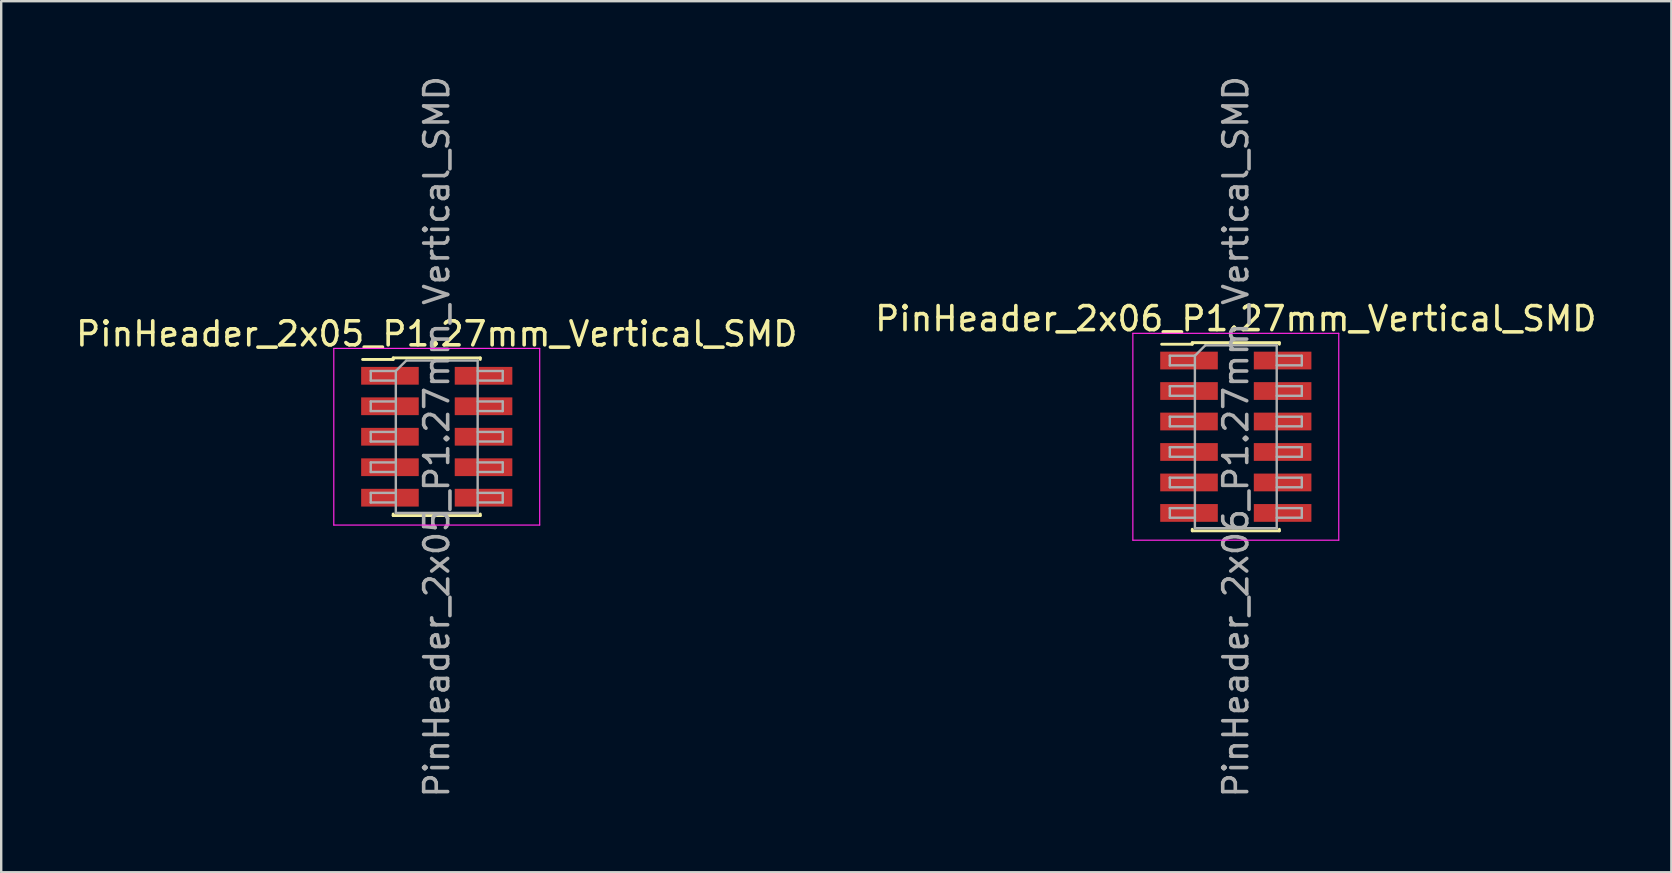
<source format=kicad_pcb>
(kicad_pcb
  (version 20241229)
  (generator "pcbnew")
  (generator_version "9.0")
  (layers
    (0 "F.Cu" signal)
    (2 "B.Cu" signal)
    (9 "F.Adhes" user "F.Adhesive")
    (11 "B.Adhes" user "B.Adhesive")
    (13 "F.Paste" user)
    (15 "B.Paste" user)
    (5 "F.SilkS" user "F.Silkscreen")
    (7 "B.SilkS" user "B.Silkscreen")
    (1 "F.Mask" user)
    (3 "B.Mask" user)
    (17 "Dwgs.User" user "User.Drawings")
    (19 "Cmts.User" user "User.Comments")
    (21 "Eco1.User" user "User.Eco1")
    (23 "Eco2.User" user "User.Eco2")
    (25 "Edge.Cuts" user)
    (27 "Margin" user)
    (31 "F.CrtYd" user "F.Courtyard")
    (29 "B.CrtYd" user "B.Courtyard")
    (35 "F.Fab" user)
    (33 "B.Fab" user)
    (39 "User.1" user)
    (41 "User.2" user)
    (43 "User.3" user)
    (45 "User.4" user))
  (footprint "PinHeader_2x05_P1.27mm_Vertical_SMD"
    (layer "F.Cu")
    (at 15.149 15.149)
    (property "Reference" "PinHeader_2x05_P1.27mm_Vertical_SMD" (at 0 -4.285 0) (layer "F.SilkS") (effects (font (size 1 1) (thickness 0.15))))
    (attr smd)
    (fp_line (start -3.09 -3.22) (end -1.815 -3.22) (stroke (width 0.12) (type solid)) (layer "F.SilkS"))
    (fp_line (start -1.815 -3.285) (end -1.815 -3.22) (stroke (width 0.12) (type solid)) (layer "F.SilkS"))
    (fp_line (start -1.815 -3.285) (end 1.815 -3.285) (stroke (width 0.12) (type solid)) (layer "F.SilkS"))
    (fp_line (start -1.815 3.22) (end -1.815 3.285) (stroke (width 0.12) (type solid)) (layer "F.SilkS"))
    (fp_line (start -1.815 3.285) (end 1.815 3.285) (stroke (width 0.12) (type solid)) (layer "F.SilkS"))
    (fp_line (start 1.815 -3.285) (end 1.815 -3.22) (stroke (width 0.12) (type solid)) (layer "F.SilkS"))
    (fp_line (start 1.815 3.22) (end 1.815 3.285) (stroke (width 0.12) (type solid)) (layer "F.SilkS"))
    (fp_line (start -4.29 -3.68) (end -4.29 3.68) (stroke (width 0.05) (type solid)) (layer "F.CrtYd"))
    (fp_line (start -4.29 3.68) (end 4.29 3.68) (stroke (width 0.05) (type solid)) (layer "F.CrtYd"))
    (fp_line (start 4.29 -3.68) (end -4.29 -3.68) (stroke (width 0.05) (type solid)) (layer "F.CrtYd"))
    (fp_line (start 4.29 3.68) (end 4.29 -3.68) (stroke (width 0.05) (type solid)) (layer "F.CrtYd"))
    (fp_line (start -2.75 -2.74) (end -2.75 -2.34) (stroke (width 0.1) (type solid)) (layer "F.Fab"))
    (fp_line (start -2.75 -2.34) (end -1.705 -2.34) (stroke (width 0.1) (type solid)) (layer "F.Fab"))
    (fp_line (start -2.75 -1.47) (end -2.75 -1.07) (stroke (width 0.1) (type solid)) (layer "F.Fab"))
    (fp_line (start -2.75 -1.07) (end -1.705 -1.07) (stroke (width 0.1) (type solid)) (layer "F.Fab"))
    (fp_line (start -2.75 -0.2) (end -2.75 0.2) (stroke (width 0.1) (type solid)) (layer "F.Fab"))
    (fp_line (start -2.75 0.2) (end -1.705 0.2) (stroke (width 0.1) (type solid)) (layer "F.Fab"))
    (fp_line (start -2.75 1.07) (end -2.75 1.47) (stroke (width 0.1) (type solid)) (layer "F.Fab"))
    (fp_line (start -2.75 1.47) (end -1.705 1.47) (stroke (width 0.1) (type solid)) (layer "F.Fab"))
    (fp_line (start -2.75 2.34) (end -2.75 2.74) (stroke (width 0.1) (type solid)) (layer "F.Fab"))
    (fp_line (start -2.75 2.74) (end -1.705 2.74) (stroke (width 0.1) (type solid)) (layer "F.Fab"))
    (fp_line (start -1.705 -2.74) (end -2.75 -2.74) (stroke (width 0.1) (type solid)) (layer "F.Fab"))
    (fp_line (start -1.705 -2.74) (end -1.27 -3.175) (stroke (width 0.1) (type solid)) (layer "F.Fab"))
    (fp_line (start -1.705 -1.47) (end -2.75 -1.47) (stroke (width 0.1) (type solid)) (layer "F.Fab"))
    (fp_line (start -1.705 -0.2) (end -2.75 -0.2) (stroke (width 0.1) (type solid)) (layer "F.Fab"))
    (fp_line (start -1.705 1.07) (end -2.75 1.07) (stroke (width 0.1) (type solid)) (layer "F.Fab"))
    (fp_line (start -1.705 2.34) (end -2.75 2.34) (stroke (width 0.1) (type solid)) (layer "F.Fab"))
    (fp_line (start -1.705 3.175) (end -1.705 -2.74) (stroke (width 0.1) (type solid)) (layer "F.Fab"))
    (fp_line (start -1.27 -3.175) (end 1.705 -3.175) (stroke (width 0.1) (type solid)) (layer "F.Fab"))
    (fp_line (start 1.705 -3.175) (end 1.705 3.175) (stroke (width 0.1) (type solid)) (layer "F.Fab"))
    (fp_line (start 1.705 -2.74) (end 2.75 -2.74) (stroke (width 0.1) (type solid)) (layer "F.Fab"))
    (fp_line (start 1.705 -1.47) (end 2.75 -1.47) (stroke (width 0.1) (type solid)) (layer "F.Fab"))
    (fp_line (start 1.705 -0.2) (end 2.75 -0.2) (stroke (width 0.1) (type solid)) (layer "F.Fab"))
    (fp_line (start 1.705 1.07) (end 2.75 1.07) (stroke (width 0.1) (type solid)) (layer "F.Fab"))
    (fp_line (start 1.705 2.34) (end 2.75 2.34) (stroke (width 0.1) (type solid)) (layer "F.Fab"))
    (fp_line (start 1.705 3.175) (end -1.705 3.175) (stroke (width 0.1) (type solid)) (layer "F.Fab"))
    (fp_line (start 2.75 -2.74) (end 2.75 -2.34) (stroke (width 0.1) (type solid)) (layer "F.Fab"))
    (fp_line (start 2.75 -2.34) (end 1.705 -2.34) (stroke (width 0.1) (type solid)) (layer "F.Fab"))
    (fp_line (start 2.75 -1.47) (end 2.75 -1.07) (stroke (width 0.1) (type solid)) (layer "F.Fab"))
    (fp_line (start 2.75 -1.07) (end 1.705 -1.07) (stroke (width 0.1) (type solid)) (layer "F.Fab"))
    (fp_line (start 2.75 -0.2) (end 2.75 0.2) (stroke (width 0.1) (type solid)) (layer "F.Fab"))
    (fp_line (start 2.75 0.2) (end 1.705 0.2) (stroke (width 0.1) (type solid)) (layer "F.Fab"))
    (fp_line (start 2.75 1.07) (end 2.75 1.47) (stroke (width 0.1) (type solid)) (layer "F.Fab"))
    (fp_line (start 2.75 1.47) (end 1.705 1.47) (stroke (width 0.1) (type solid)) (layer "F.Fab"))
    (fp_line (start 2.75 2.34) (end 2.75 2.74) (stroke (width 0.1) (type solid)) (layer "F.Fab"))
    (fp_line (start 2.75 2.74) (end 1.705 2.74) (stroke (width 0.1) (type solid)) (layer "F.Fab"))
    (fp_text user "${REFERENCE}" (at 0 0 90) (layer "F.Fab") (effects (font (size 1 1) (thickness 0.15))))
    (pad "1" smd rect (at -1.95 -2.54) (size 2.4 0.74) (layers "F.Cu" "F.Mask" "F.Paste"))
    (pad "2" smd rect (at 1.95 -2.54) (size 2.4 0.74) (layers "F.Cu" "F.Mask" "F.Paste"))
    (pad "3" smd rect (at -1.95 -1.27) (size 2.4 0.74) (layers "F.Cu" "F.Mask" "F.Paste"))
    (pad "4" smd rect (at 1.95 -1.27) (size 2.4 0.74) (layers "F.Cu" "F.Mask" "F.Paste"))
    (pad "5" smd rect (at -1.95 0) (size 2.4 0.74) (layers "F.Cu" "F.Mask" "F.Paste"))
    (pad "6" smd rect (at 1.95 0) (size 2.4 0.74) (layers "F.Cu" "F.Mask" "F.Paste"))
    (pad "7" smd rect (at -1.95 1.27) (size 2.4 0.74) (layers "F.Cu" "F.Mask" "F.Paste"))
    (pad "8" smd rect (at 1.95 1.27) (size 2.4 0.74) (layers "F.Cu" "F.Mask" "F.Paste"))
    (pad "9" smd rect (at -1.95 2.54) (size 2.4 0.74) (layers "F.Cu" "F.Mask" "F.Paste"))
    (pad "10" smd rect (at 1.95 2.54) (size 2.4 0.74) (layers "F.Cu" "F.Mask" "F.Paste")))
  (footprint "PinHeader_2x06_P1.27mm_Vertical_SMD"
    (layer "F.Cu")
    (at 48.446 15.149)
    (property "Reference" "PinHeader_2x06_P1.27mm_Vertical_SMD" (at 0 -4.92 0) (layer "F.SilkS") (effects (font (size 1 1) (thickness 0.15))))
    (attr smd)
    (fp_line (start -3.09 -3.855) (end -1.815 -3.855) (stroke (width 0.12) (type solid)) (layer "F.SilkS"))
    (fp_line (start -1.815 -3.92) (end -1.815 -3.855) (stroke (width 0.12) (type solid)) (layer "F.SilkS"))
    (fp_line (start -1.815 -3.92) (end 1.815 -3.92) (stroke (width 0.12) (type solid)) (layer "F.SilkS"))
    (fp_line (start -1.815 3.855) (end -1.815 3.92) (stroke (width 0.12) (type solid)) (layer "F.SilkS"))
    (fp_line (start -1.815 3.92) (end 1.815 3.92) (stroke (width 0.12) (type solid)) (layer "F.SilkS"))
    (fp_line (start 1.815 -3.92) (end 1.815 -3.855) (stroke (width 0.12) (type solid)) (layer "F.SilkS"))
    (fp_line (start 1.815 3.855) (end 1.815 3.92) (stroke (width 0.12) (type solid)) (layer "F.SilkS"))
    (fp_line (start -4.29 -4.31) (end -4.29 4.31) (stroke (width 0.05) (type solid)) (layer "F.CrtYd"))
    (fp_line (start -4.29 4.31) (end 4.29 4.31) (stroke (width 0.05) (type solid)) (layer "F.CrtYd"))
    (fp_line (start 4.29 -4.31) (end -4.29 -4.31) (stroke (width 0.05) (type solid)) (layer "F.CrtYd"))
    (fp_line (start 4.29 4.31) (end 4.29 -4.31) (stroke (width 0.05) (type solid)) (layer "F.CrtYd"))
    (fp_line (start -2.75 -3.375) (end -2.75 -2.975) (stroke (width 0.1) (type solid)) (layer "F.Fab"))
    (fp_line (start -2.75 -2.975) (end -1.705 -2.975) (stroke (width 0.1) (type solid)) (layer "F.Fab"))
    (fp_line (start -2.75 -2.105) (end -2.75 -1.705) (stroke (width 0.1) (type solid)) (layer "F.Fab"))
    (fp_line (start -2.75 -1.705) (end -1.705 -1.705) (stroke (width 0.1) (type solid)) (layer "F.Fab"))
    (fp_line (start -2.75 -0.835) (end -2.75 -0.435) (stroke (width 0.1) (type solid)) (layer "F.Fab"))
    (fp_line (start -2.75 -0.435) (end -1.705 -0.435) (stroke (width 0.1) (type solid)) (layer "F.Fab"))
    (fp_line (start -2.75 0.435) (end -2.75 0.835) (stroke (width 0.1) (type solid)) (layer "F.Fab"))
    (fp_line (start -2.75 0.835) (end -1.705 0.835) (stroke (width 0.1) (type solid)) (layer "F.Fab"))
    (fp_line (start -2.75 1.705) (end -2.75 2.105) (stroke (width 0.1) (type solid)) (layer "F.Fab"))
    (fp_line (start -2.75 2.105) (end -1.705 2.105) (stroke (width 0.1) (type solid)) (layer "F.Fab"))
    (fp_line (start -2.75 2.975) (end -2.75 3.375) (stroke (width 0.1) (type solid)) (layer "F.Fab"))
    (fp_line (start -2.75 3.375) (end -1.705 3.375) (stroke (width 0.1) (type solid)) (layer "F.Fab"))
    (fp_line (start -1.705 -3.375) (end -2.75 -3.375) (stroke (width 0.1) (type solid)) (layer "F.Fab"))
    (fp_line (start -1.705 -3.375) (end -1.27 -3.81) (stroke (width 0.1) (type solid)) (layer "F.Fab"))
    (fp_line (start -1.705 -2.105) (end -2.75 -2.105) (stroke (width 0.1) (type solid)) (layer "F.Fab"))
    (fp_line (start -1.705 -0.835) (end -2.75 -0.835) (stroke (width 0.1) (type solid)) (layer "F.Fab"))
    (fp_line (start -1.705 0.435) (end -2.75 0.435) (stroke (width 0.1) (type solid)) (layer "F.Fab"))
    (fp_line (start -1.705 1.705) (end -2.75 1.705) (stroke (width 0.1) (type solid)) (layer "F.Fab"))
    (fp_line (start -1.705 2.975) (end -2.75 2.975) (stroke (width 0.1) (type solid)) (layer "F.Fab"))
    (fp_line (start -1.705 3.81) (end -1.705 -3.375) (stroke (width 0.1) (type solid)) (layer "F.Fab"))
    (fp_line (start -1.27 -3.81) (end 1.705 -3.81) (stroke (width 0.1) (type solid)) (layer "F.Fab"))
    (fp_line (start 1.705 -3.81) (end 1.705 3.81) (stroke (width 0.1) (type solid)) (layer "F.Fab"))
    (fp_line (start 1.705 -3.375) (end 2.75 -3.375) (stroke (width 0.1) (type solid)) (layer "F.Fab"))
    (fp_line (start 1.705 -2.105) (end 2.75 -2.105) (stroke (width 0.1) (type solid)) (layer "F.Fab"))
    (fp_line (start 1.705 -0.835) (end 2.75 -0.835) (stroke (width 0.1) (type solid)) (layer "F.Fab"))
    (fp_line (start 1.705 0.435) (end 2.75 0.435) (stroke (width 0.1) (type solid)) (layer "F.Fab"))
    (fp_line (start 1.705 1.705) (end 2.75 1.705) (stroke (width 0.1) (type solid)) (layer "F.Fab"))
    (fp_line (start 1.705 2.975) (end 2.75 2.975) (stroke (width 0.1) (type solid)) (layer "F.Fab"))
    (fp_line (start 1.705 3.81) (end -1.705 3.81) (stroke (width 0.1) (type solid)) (layer "F.Fab"))
    (fp_line (start 2.75 -3.375) (end 2.75 -2.975) (stroke (width 0.1) (type solid)) (layer "F.Fab"))
    (fp_line (start 2.75 -2.975) (end 1.705 -2.975) (stroke (width 0.1) (type solid)) (layer "F.Fab"))
    (fp_line (start 2.75 -2.105) (end 2.75 -1.705) (stroke (width 0.1) (type solid)) (layer "F.Fab"))
    (fp_line (start 2.75 -1.705) (end 1.705 -1.705) (stroke (width 0.1) (type solid)) (layer "F.Fab"))
    (fp_line (start 2.75 -0.835) (end 2.75 -0.435) (stroke (width 0.1) (type solid)) (layer "F.Fab"))
    (fp_line (start 2.75 -0.435) (end 1.705 -0.435) (stroke (width 0.1) (type solid)) (layer "F.Fab"))
    (fp_line (start 2.75 0.435) (end 2.75 0.835) (stroke (width 0.1) (type solid)) (layer "F.Fab"))
    (fp_line (start 2.75 0.835) (end 1.705 0.835) (stroke (width 0.1) (type solid)) (layer "F.Fab"))
    (fp_line (start 2.75 1.705) (end 2.75 2.105) (stroke (width 0.1) (type solid)) (layer "F.Fab"))
    (fp_line (start 2.75 2.105) (end 1.705 2.105) (stroke (width 0.1) (type solid)) (layer "F.Fab"))
    (fp_line (start 2.75 2.975) (end 2.75 3.375) (stroke (width 0.1) (type solid)) (layer "F.Fab"))
    (fp_line (start 2.75 3.375) (end 1.705 3.375) (stroke (width 0.1) (type solid)) (layer "F.Fab"))
    (fp_text user "${REFERENCE}" (at 0 0 90) (layer "F.Fab") (effects (font (size 1 1) (thickness 0.15))))
    (pad "1" smd rect (at -1.95 -3.175) (size 2.4 0.74) (layers "F.Cu" "F.Mask" "F.Paste"))
    (pad "2" smd rect (at 1.95 -3.175) (size 2.4 0.74) (layers "F.Cu" "F.Mask" "F.Paste"))
    (pad "3" smd rect (at -1.95 -1.905) (size 2.4 0.74) (layers "F.Cu" "F.Mask" "F.Paste"))
    (pad "4" smd rect (at 1.95 -1.905) (size 2.4 0.74) (layers "F.Cu" "F.Mask" "F.Paste"))
    (pad "5" smd rect (at -1.95 -0.635) (size 2.4 0.74) (layers "F.Cu" "F.Mask" "F.Paste"))
    (pad "6" smd rect (at 1.95 -0.635) (size 2.4 0.74) (layers "F.Cu" "F.Mask" "F.Paste"))
    (pad "7" smd rect (at -1.95 0.635) (size 2.4 0.74) (layers "F.Cu" "F.Mask" "F.Paste"))
    (pad "8" smd rect (at 1.95 0.635) (size 2.4 0.74) (layers "F.Cu" "F.Mask" "F.Paste"))
    (pad "9" smd rect (at -1.95 1.905) (size 2.4 0.74) (layers "F.Cu" "F.Mask" "F.Paste"))
    (pad "10" smd rect (at 1.95 1.905) (size 2.4 0.74) (layers "F.Cu" "F.Mask" "F.Paste"))
    (pad "11" smd rect (at -1.95 3.175) (size 2.4 0.74) (layers "F.Cu" "F.Mask" "F.Paste"))
    (pad "12" smd rect (at 1.95 3.175) (size 2.4 0.74) (layers "F.Cu" "F.Mask" "F.Paste")))
  (gr_rect
    (start -3 -3)
    (end 66.595 33.298)
    (stroke (width 0.1) (type default))
    (fill no)
    (layer "Edge.Cuts")))
</source>
